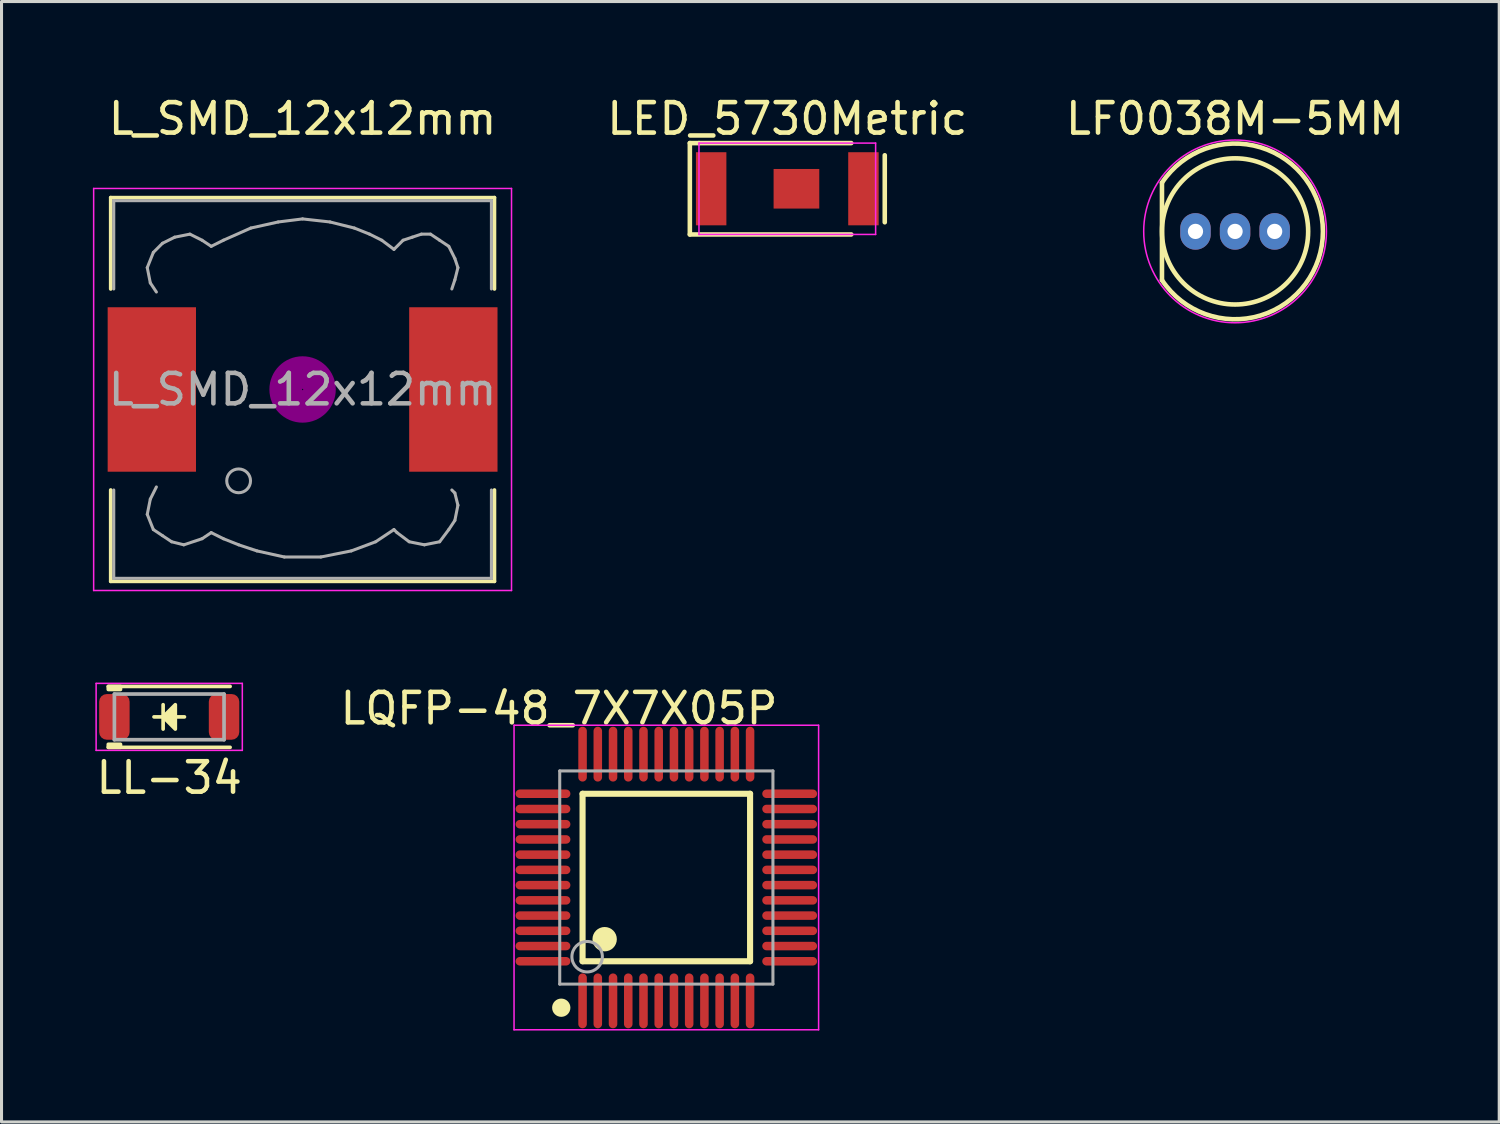
<source format=kicad_pcb>
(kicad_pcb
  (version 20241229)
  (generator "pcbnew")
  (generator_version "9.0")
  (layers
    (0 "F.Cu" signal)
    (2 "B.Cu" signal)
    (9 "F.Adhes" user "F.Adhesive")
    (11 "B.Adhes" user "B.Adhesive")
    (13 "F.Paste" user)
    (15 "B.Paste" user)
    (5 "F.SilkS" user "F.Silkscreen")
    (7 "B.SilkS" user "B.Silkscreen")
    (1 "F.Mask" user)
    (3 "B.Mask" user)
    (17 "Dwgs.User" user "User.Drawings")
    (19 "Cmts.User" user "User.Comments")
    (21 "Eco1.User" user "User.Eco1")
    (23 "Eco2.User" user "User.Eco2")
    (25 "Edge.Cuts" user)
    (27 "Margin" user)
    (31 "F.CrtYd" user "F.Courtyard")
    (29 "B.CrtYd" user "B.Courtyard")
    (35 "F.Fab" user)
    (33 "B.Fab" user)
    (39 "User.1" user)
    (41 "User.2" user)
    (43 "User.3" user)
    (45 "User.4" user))
  (footprint "L_SMD_12x12mm"
    (layer "F.Cu")
    (at 6.885 9.738)
    (property "Reference" "L_SMD_12x12mm" (at 0 -8.89 0) (layer "F.SilkS") (effects (font (size 1 1) (thickness 0.15))))
    (attr smd)
    (fp_line (start -6.3 -6.3) (end 6.3 -6.3) (stroke (width 0.12) (type solid)) (layer "F.SilkS"))
    (fp_line (start -6.3 -3.3) (end -6.3 -6.3) (stroke (width 0.12) (type solid)) (layer "F.SilkS"))
    (fp_line (start -6.3 6.3) (end -6.3 3.3) (stroke (width 0.12) (type solid)) (layer "F.SilkS"))
    (fp_line (start 6.3 -6.3) (end 6.3 -3.3) (stroke (width 0.12) (type solid)) (layer "F.SilkS"))
    (fp_line (start 6.3 3.3) (end 6.3 6.3) (stroke (width 0.12) (type solid)) (layer "F.SilkS"))
    (fp_line (start 6.3 6.3) (end -6.3 6.3) (stroke (width 0.12) (type solid)) (layer "F.SilkS"))
    (fp_circle (center 0 0) (end 0.15 0.15) (stroke (width 0.38) (type solid)) (fill no) (layer "F.Adhes"))
    (fp_circle (center 0 0) (end 0.55 0) (stroke (width 0.38) (type solid)) (fill no) (layer "F.Adhes"))
    (fp_circle (center 0 0) (end 0.9 0) (stroke (width 0.38) (type solid)) (fill no) (layer "F.Adhes"))
    (fp_line (start -6.86 -6.6) (end 6.86 -6.6) (stroke (width 0.05) (type solid)) (layer "F.CrtYd"))
    (fp_line (start -6.86 6.6) (end -6.86 -6.6) (stroke (width 0.05) (type solid)) (layer "F.CrtYd"))
    (fp_line (start 6.86 -6.6) (end 6.86 6.6) (stroke (width 0.05) (type solid)) (layer "F.CrtYd"))
    (fp_line (start 6.86 6.6) (end -6.86 6.6) (stroke (width 0.05) (type solid)) (layer "F.CrtYd"))
    (fp_line (start -6.2 -6.2) (end -6.2 -3.3) (stroke (width 0.1) (type solid)) (layer "F.Fab"))
    (fp_line (start -6.2 3.3) (end -6.2 6.2) (stroke (width 0.1) (type solid)) (layer "F.Fab"))
    (fp_line (start -6.2 6.2) (end 6.2 6.2) (stroke (width 0.1) (type solid)) (layer "F.Fab"))
    (fp_line (start -5.1 -4) (end -5 -3.5) (stroke (width 0.1) (type solid)) (layer "F.Fab"))
    (fp_line (start -5.1 4.1) (end -5 3.6) (stroke (width 0.1) (type solid)) (layer "F.Fab"))
    (fp_line (start -5 -3.5) (end -4.8 -3.2) (stroke (width 0.1) (type solid)) (layer "F.Fab"))
    (fp_line (start -5 3.6) (end -4.8 3.2) (stroke (width 0.1) (type solid)) (layer "F.Fab"))
    (fp_line (start -4.9 -4.5) (end -5.1 -4) (stroke (width 0.1) (type solid)) (layer "F.Fab"))
    (fp_line (start -4.9 4.6) (end -5.1 4.1) (stroke (width 0.1) (type solid)) (layer "F.Fab"))
    (fp_line (start -4.6 -4.8) (end -4.9 -4.5) (stroke (width 0.1) (type solid)) (layer "F.Fab"))
    (fp_line (start -4.6 4.8) (end -4.9 4.6) (stroke (width 0.1) (type solid)) (layer "F.Fab"))
    (fp_line (start -4.3 5) (end -4.6 4.8) (stroke (width 0.1) (type solid)) (layer "F.Fab"))
    (fp_line (start -4.2 -5) (end -4.6 -4.8) (stroke (width 0.1) (type solid)) (layer "F.Fab"))
    (fp_line (start -3.9 5.1) (end -4.3 5) (stroke (width 0.1) (type solid)) (layer "F.Fab"))
    (fp_line (start -3.7 -5.1) (end -4.2 -5) (stroke (width 0.1) (type solid)) (layer "F.Fab"))
    (fp_line (start -3.3 -4.9) (end -3.7 -5.1) (stroke (width 0.1) (type solid)) (layer "F.Fab"))
    (fp_line (start -3.3 4.9) (end -3.9 5.1) (stroke (width 0.1) (type solid)) (layer "F.Fab"))
    (fp_line (start -3 -4.7) (end -3.3 -4.9) (stroke (width 0.1) (type solid)) (layer "F.Fab"))
    (fp_line (start -3 4.7) (end -3.3 4.9) (stroke (width 0.1) (type solid)) (layer "F.Fab"))
    (fp_line (start -2.6 -4.9) (end -3 -4.7) (stroke (width 0.1) (type solid)) (layer "F.Fab"))
    (fp_line (start -2.6 4.9) (end -3 4.7) (stroke (width 0.1) (type solid)) (layer "F.Fab"))
    (fp_line (start -2.1 5.1) (end -2.6 4.9) (stroke (width 0.1) (type solid)) (layer "F.Fab"))
    (fp_line (start -1.7 -5.3) (end -2.6 -4.9) (stroke (width 0.1) (type solid)) (layer "F.Fab"))
    (fp_line (start -1.5 5.3) (end -2.1 5.1) (stroke (width 0.1) (type solid)) (layer "F.Fab"))
    (fp_line (start -0.8 -5.5) (end -1.7 -5.3) (stroke (width 0.1) (type solid)) (layer "F.Fab"))
    (fp_line (start -0.6 5.5) (end -1.5 5.3) (stroke (width 0.1) (type solid)) (layer "F.Fab"))
    (fp_line (start 0 -5.6) (end -0.8 -5.5) (stroke (width 0.1) (type solid)) (layer "F.Fab"))
    (fp_line (start 0.6 5.5) (end -0.6 5.5) (stroke (width 0.1) (type solid)) (layer "F.Fab"))
    (fp_line (start 0.9 -5.5) (end 0 -5.6) (stroke (width 0.1) (type solid)) (layer "F.Fab"))
    (fp_line (start 1.6 5.3) (end 0.6 5.5) (stroke (width 0.1) (type solid)) (layer "F.Fab"))
    (fp_line (start 1.7 -5.3) (end 0.9 -5.5) (stroke (width 0.1) (type solid)) (layer "F.Fab"))
    (fp_line (start 2.2 -5.1) (end 1.7 -5.3) (stroke (width 0.1) (type solid)) (layer "F.Fab"))
    (fp_line (start 2.4 5) (end 1.6 5.3) (stroke (width 0.1) (type solid)) (layer "F.Fab"))
    (fp_line (start 2.6 -4.9) (end 2.2 -5.1) (stroke (width 0.1) (type solid)) (layer "F.Fab"))
    (fp_line (start 3 -4.6) (end 2.6 -4.9) (stroke (width 0.1) (type solid)) (layer "F.Fab"))
    (fp_line (start 3 4.6) (end 2.4 5) (stroke (width 0.1) (type solid)) (layer "F.Fab"))
    (fp_line (start 3.1 4.7) (end 3 4.6) (stroke (width 0.1) (type solid)) (layer "F.Fab"))
    (fp_line (start 3.3 -4.9) (end 3 -4.6) (stroke (width 0.1) (type solid)) (layer "F.Fab"))
    (fp_line (start 3.5 5) (end 3.1 4.7) (stroke (width 0.1) (type solid)) (layer "F.Fab"))
    (fp_line (start 3.6 -5) (end 3.3 -4.9) (stroke (width 0.1) (type solid)) (layer "F.Fab"))
    (fp_line (start 3.9 -5.1) (end 3.6 -5) (stroke (width 0.1) (type solid)) (layer "F.Fab"))
    (fp_line (start 4 5.1) (end 3.5 5) (stroke (width 0.1) (type solid)) (layer "F.Fab"))
    (fp_line (start 4.2 -5.1) (end 3.9 -5.1) (stroke (width 0.1) (type solid)) (layer "F.Fab"))
    (fp_line (start 4.5 -4.9) (end 4.2 -5.1) (stroke (width 0.1) (type solid)) (layer "F.Fab"))
    (fp_line (start 4.5 5) (end 4 5.1) (stroke (width 0.1) (type solid)) (layer "F.Fab"))
    (fp_line (start 4.8 -4.7) (end 4.5 -4.9) (stroke (width 0.1) (type solid)) (layer "F.Fab"))
    (fp_line (start 4.8 4.6) (end 4.5 5) (stroke (width 0.1) (type solid)) (layer "F.Fab"))
    (fp_line (start 4.9 -3.3) (end 5 -3.6) (stroke (width 0.1) (type solid)) (layer "F.Fab"))
    (fp_line (start 4.9 3.3) (end 5 3.4) (stroke (width 0.1) (type solid)) (layer "F.Fab"))
    (fp_line (start 5 -4.3) (end 4.8 -4.7) (stroke (width 0.1) (type solid)) (layer "F.Fab"))
    (fp_line (start 5 -3.6) (end 5.1 -4) (stroke (width 0.1) (type solid)) (layer "F.Fab"))
    (fp_line (start 5 3.4) (end 5.1 3.8) (stroke (width 0.1) (type solid)) (layer "F.Fab"))
    (fp_line (start 5 4.3) (end 4.8 4.6) (stroke (width 0.1) (type solid)) (layer "F.Fab"))
    (fp_line (start 5.1 -4) (end 5 -4.3) (stroke (width 0.1) (type solid)) (layer "F.Fab"))
    (fp_line (start 5.1 3.8) (end 5 4.3) (stroke (width 0.1) (type solid)) (layer "F.Fab"))
    (fp_line (start 6.2 -6.2) (end -6.2 -6.2) (stroke (width 0.1) (type solid)) (layer "F.Fab"))
    (fp_line (start 6.2 -6.2) (end 6.2 -3.3) (stroke (width 0.1) (type solid)) (layer "F.Fab"))
    (fp_line (start 6.2 6.2) (end 6.2 3.3) (stroke (width 0.1) (type solid)) (layer "F.Fab"))
    (fp_circle (center -2.1 3) (end -1.8 3.25) (stroke (width 0.1) (type solid)) (fill no) (layer "F.Fab"))
    (fp_text user "${REFERENCE}" (at 0 0 0) (layer "F.Fab") (effects (font (size 1 1) (thickness 0.15))))
    (pad "1" smd rect (at -4.95 0) (size 2.9 5.4) (layers "F.Cu" "F.Mask" "F.Paste"))
    (pad "2" smd rect (at 4.95 0) (size 2.9 5.4) (layers "F.Cu" "F.Mask" "F.Paste")))
  (footprint "LQFP-48_7X7X05P"
    (layer "F.Cu")
    (at 18.828 25.762)
    (property "Reference" "LQFP-48_7X7X05P" (at -3.524 -5.55 0) (layer "F.SilkS") (effects (font (size 1 1) (thickness 0.15))))
    (attr through_hole)
    (fp_line (start -2.75 -2.75) (end 2.75 -2.75) (stroke (width 0.2) (type solid)) (layer "F.SilkS"))
    (fp_line (start -2.75 2.75) (end -2.75 -2.75) (stroke (width 0.2) (type solid)) (layer "F.SilkS"))
    (fp_line (start -2.75 2.75) (end 2.75 2.75) (stroke (width 0.2) (type solid)) (layer "F.SilkS"))
    (fp_line (start 2.75 2.75) (end 2.75 -2.75) (stroke (width 0.2) (type solid)) (layer "F.SilkS"))
    (fp_circle (center -3.45 4.275) (end -3.3 4.275) (stroke (width 0.3) (type solid)) (fill no) (layer "F.SilkS"))
    (fp_circle (center -2.025 2.025) (end -1.825 2.025) (stroke (width 0.4) (type solid)) (fill no) (layer "F.SilkS"))
    (fp_line (start -5 -5) (end 5 -5) (stroke (width 0.05) (type solid)) (layer "F.CrtYd"))
    (fp_line (start -5 5) (end -5 -5) (stroke (width 0.05) (type solid)) (layer "F.CrtYd"))
    (fp_line (start 5 -5) (end 5 5) (stroke (width 0.05) (type solid)) (layer "F.CrtYd"))
    (fp_line (start 5 5) (end -5 5) (stroke (width 0.05) (type solid)) (layer "F.CrtYd"))
    (fp_line (start -3.5 -3.5) (end 3.5 -3.5) (stroke (width 0.1) (type solid)) (layer "F.Fab"))
    (fp_line (start -3.5 3.5) (end -3.5 -3.5) (stroke (width 0.1) (type solid)) (layer "F.Fab"))
    (fp_line (start -3.5 3.5) (end 3.5 3.5) (stroke (width 0.1) (type solid)) (layer "F.Fab"))
    (fp_line (start 3.5 3.5) (end 3.5 -3.5) (stroke (width 0.1) (type solid)) (layer "F.Fab"))
    (fp_circle (center -2.6 2.6) (end -2.1 2.6) (stroke (width 0.1) (type solid)) (fill no) (layer "F.Fab"))
    (pad "1" smd oval (at -2.75 4.05 180) (size 0.28 1.8) (layers "F.Cu" "F.Mask" "F.Paste"))
    (pad "2" smd oval (at -2.25 4.05 180) (size 0.28 1.8) (layers "F.Cu" "F.Mask" "F.Paste"))
    (pad "3" smd oval (at -1.75 4.05 180) (size 0.28 1.8) (layers "F.Cu" "F.Mask" "F.Paste"))
    (pad "4" smd oval (at -1.25 4.05 180) (size 0.28 1.8) (layers "F.Cu" "F.Mask" "F.Paste"))
    (pad "5" smd oval (at -0.75 4.05 180) (size 0.28 1.8) (layers "F.Cu" "F.Mask" "F.Paste"))
    (pad "6" smd oval (at -0.25 4.05 180) (size 0.28 1.8) (layers "F.Cu" "F.Mask" "F.Paste"))
    (pad "7" smd oval (at 0.25 4.05 180) (size 0.28 1.8) (layers "F.Cu" "F.Mask" "F.Paste"))
    (pad "8" smd oval (at 0.75 4.05 180) (size 0.28 1.8) (layers "F.Cu" "F.Mask" "F.Paste"))
    (pad "9" smd oval (at 1.25 4.05 180) (size 0.28 1.8) (layers "F.Cu" "F.Mask" "F.Paste"))
    (pad "10" smd oval (at 1.75 4.05 180) (size 0.28 1.8) (layers "F.Cu" "F.Mask" "F.Paste"))
    (pad "11" smd oval (at 2.25 4.05 180) (size 0.28 1.8) (layers "F.Cu" "F.Mask" "F.Paste"))
    (pad "12" smd oval (at 2.75 4.05 180) (size 0.28 1.8) (layers "F.Cu" "F.Mask" "F.Paste"))
    (pad "13" smd oval (at 4.05 2.75 90) (size 0.28 1.8) (layers "F.Cu" "F.Mask" "F.Paste"))
    (pad "14" smd oval (at 4.05 2.25 90) (size 0.28 1.8) (layers "F.Cu" "F.Mask" "F.Paste"))
    (pad "15" smd oval (at 4.05 1.75 90) (size 0.28 1.8) (layers "F.Cu" "F.Mask" "F.Paste"))
    (pad "16" smd oval (at 4.05 1.25 90) (size 0.28 1.8) (layers "F.Cu" "F.Mask" "F.Paste"))
    (pad "17" smd oval (at 4.05 0.75 90) (size 0.28 1.8) (layers "F.Cu" "F.Mask" "F.Paste"))
    (pad "18" smd oval (at 4.05 0.25 90) (size 0.28 1.8) (layers "F.Cu" "F.Mask" "F.Paste"))
    (pad "19" smd oval (at 4.05 -0.25 90) (size 0.28 1.8) (layers "F.Cu" "F.Mask" "F.Paste"))
    (pad "20" smd oval (at 4.05 -0.75 90) (size 0.28 1.8) (layers "F.Cu" "F.Mask" "F.Paste"))
    (pad "21" smd oval (at 4.05 -1.25 90) (size 0.28 1.8) (layers "F.Cu" "F.Mask" "F.Paste"))
    (pad "22" smd oval (at 4.05 -1.75 90) (size 0.28 1.8) (layers "F.Cu" "F.Mask" "F.Paste"))
    (pad "23" smd oval (at 4.05 -2.25 90) (size 0.28 1.8) (layers "F.Cu" "F.Mask" "F.Paste"))
    (pad "24" smd oval (at 4.05 -2.75 90) (size 0.28 1.8) (layers "F.Cu" "F.Mask" "F.Paste"))
    (pad "25" smd oval (at 2.75 -4.05 180) (size 0.28 1.8) (layers "F.Cu" "F.Mask" "F.Paste"))
    (pad "26" smd oval (at 2.25 -4.05 180) (size 0.28 1.8) (layers "F.Cu" "F.Mask" "F.Paste"))
    (pad "27" smd oval (at 1.75 -4.05 180) (size 0.28 1.8) (layers "F.Cu" "F.Mask" "F.Paste"))
    (pad "28" smd oval (at 1.25 -4.05 180) (size 0.28 1.8) (layers "F.Cu" "F.Mask" "F.Paste"))
    (pad "29" smd oval (at 0.75 -4.05 180) (size 0.28 1.8) (layers "F.Cu" "F.Mask" "F.Paste"))
    (pad "30" smd oval (at 0.25 -4.05 180) (size 0.28 1.8) (layers "F.Cu" "F.Mask" "F.Paste"))
    (pad "31" smd oval (at -0.25 -4.05 180) (size 0.28 1.8) (layers "F.Cu" "F.Mask" "F.Paste"))
    (pad "32" smd oval (at -0.75 -4.05 180) (size 0.28 1.8) (layers "F.Cu" "F.Mask" "F.Paste"))
    (pad "33" smd oval (at -1.25 -4.05 180) (size 0.28 1.8) (layers "F.Cu" "F.Mask" "F.Paste"))
    (pad "34" smd oval (at -1.75 -4.05 180) (size 0.28 1.8) (layers "F.Cu" "F.Mask" "F.Paste"))
    (pad "35" smd oval (at -2.25 -4.05 180) (size 0.28 1.8) (layers "F.Cu" "F.Mask" "F.Paste"))
    (pad "36" smd oval (at -2.75 -4.05 180) (size 0.28 1.8) (layers "F.Cu" "F.Mask" "F.Paste"))
    (pad "37" smd oval (at -4.05 -2.75 90) (size 0.28 1.8) (layers "F.Cu" "F.Mask" "F.Paste"))
    (pad "38" smd oval (at -4.05 -2.25 90) (size 0.28 1.8) (layers "F.Cu" "F.Mask" "F.Paste"))
    (pad "39" smd oval (at -4.05 -1.75 90) (size 0.28 1.8) (layers "F.Cu" "F.Mask" "F.Paste"))
    (pad "40" smd oval (at -4.05 -1.25 90) (size 0.28 1.8) (layers "F.Cu" "F.Mask" "F.Paste"))
    (pad "41" smd oval (at -4.05 -0.75 90) (size 0.28 1.8) (layers "F.Cu" "F.Mask" "F.Paste"))
    (pad "42" smd oval (at -4.05 -0.25 90) (size 0.28 1.8) (layers "F.Cu" "F.Mask" "F.Paste"))
    (pad "43" smd oval (at -4.05 0.25 90) (size 0.28 1.8) (layers "F.Cu" "F.Mask" "F.Paste"))
    (pad "44" smd oval (at -4.05 0.75 90) (size 0.28 1.8) (layers "F.Cu" "F.Mask" "F.Paste"))
    (pad "45" smd oval (at -4.05 1.25 90) (size 0.28 1.8) (layers "F.Cu" "F.Mask" "F.Paste"))
    (pad "46" smd oval (at -4.05 1.75 90) (size 0.28 1.8) (layers "F.Cu" "F.Mask" "F.Paste"))
    (pad "47" smd oval (at -4.05 2.25 90) (size 0.28 1.8) (layers "F.Cu" "F.Mask" "F.Paste"))
    (pad "48" smd oval (at -4.05 2.75 90) (size 0.28 1.8) (layers "F.Cu" "F.Mask" "F.Paste")))
  (footprint "LED_5730Metric"
    (layer "F.Cu")
    (at 22.8 3.148)
    (property "Reference" "LED_5730Metric" (at 0 -2.3 0) (layer "F.SilkS") (effects (font (size 1 1) (thickness 0.15))))
    (attr through_hole)
    (fp_line (start -3.2 -1.5) (end -3.2 1.5) (stroke (width 0.15) (type solid)) (layer "F.SilkS"))
    (fp_line (start -3.2 1.5) (end 2.1 1.5) (stroke (width 0.15) (type solid)) (layer "F.SilkS"))
    (fp_line (start -2.9 -1.5) (end -3.2 -1.5) (stroke (width 0.15) (type solid)) (layer "F.SilkS"))
    (fp_line (start -2.9 -1.5) (end 2.1 -1.5) (stroke (width 0.15) (type solid)) (layer "F.SilkS"))
    (fp_line (start 3.2 -1.1) (end 3.2 1.1) (stroke (width 0.15) (type solid)) (layer "F.SilkS"))
    (fp_line (start -2.9 -1.5) (end 2.9 -1.5) (stroke (width 0.05) (type solid)) (layer "F.CrtYd"))
    (fp_line (start -2.9 1.5) (end -2.9 -1.5) (stroke (width 0.05) (type solid)) (layer "F.CrtYd"))
    (fp_line (start 2.9 -1.5) (end 2.9 1.5) (stroke (width 0.05) (type solid)) (layer "F.CrtYd"))
    (fp_line (start 2.9 1.5) (end -2.9 1.5) (stroke (width 0.05) (type solid)) (layer "F.CrtYd"))
    (pad "0" smd rect (at 0.3 0) (size 1.5 1.3) (layers "F.Cu" "F.Mask" "F.Paste"))
    (pad "1" smd rect (at -2.5 0) (size 1 2.4) (layers "F.Cu" "F.Mask" "F.Paste"))
    (pad "2" smd rect (at 2.5 0) (size 1 2.4) (layers "F.Cu" "F.Mask" "F.Paste")))
  (footprint "LL-34"
    (layer "F.Cu")
    (at 2.506 20.488)
    (property "Reference" "LL-34" (at 0 2 0) (layer "F.SilkS") (effects (font (size 1 1) (thickness 0.15))))
    (attr through_hole)
    (fp_line (start -2 -1) (end 2 -1) (stroke (width 0.12) (type solid)) (layer "F.SilkS"))
    (fp_line (start -2 1) (end 2 1) (stroke (width 0.12) (type solid)) (layer "F.SilkS"))
    (fp_line (start -0.5 0) (end 0.5 0) (stroke (width 0.12) (type solid)) (layer "F.SilkS"))
    (fp_line (start -0.2 -0.4) (end -0.2 0.4) (stroke (width 0.12) (type solid)) (layer "F.SilkS"))
    (fp_poly (pts (xy -0.2 0) (xy 0.2 -0.4) (xy 0.2 0.4)) (stroke (width 0.12) (type solid)) (fill yes) (layer "F.SilkS"))
    (fp_poly (pts (xy -2 -1) (xy -1.6 -1) (xy -1.6 -0.9) (xy -2 -0.9)) (stroke (width 0.12) (type solid)) (fill yes) (layer "F.SilkS"))
    (fp_poly (pts (xy -2 1) (xy -2 0.9) (xy -1.6 0.9) (xy -1.6 1)) (stroke (width 0.12) (type solid)) (fill yes) (layer "F.SilkS"))
    (fp_line (start -2.4 -1.1) (end 2.4 -1.1) (stroke (width 0.05) (type solid)) (layer "F.CrtYd"))
    (fp_line (start -2.4 1.1) (end -2.4 -1.1) (stroke (width 0.05) (type solid)) (layer "F.CrtYd"))
    (fp_line (start 2.4 -1.1) (end 2.4 1.1) (stroke (width 0.05) (type solid)) (layer "F.CrtYd"))
    (fp_line (start 2.4 1.1) (end -2.4 1.1) (stroke (width 0.05) (type solid)) (layer "F.CrtYd"))
    (fp_line (start -1.8 -0.75) (end 1.8 -0.75) (stroke (width 0.12) (type solid)) (layer "F.Fab"))
    (fp_line (start -1.8 0.75) (end -1.8 -0.75) (stroke (width 0.12) (type solid)) (layer "F.Fab"))
    (fp_line (start -1.8 0.75) (end 1.8 0.75) (stroke (width 0.12) (type solid)) (layer "F.Fab"))
    (fp_line (start 1.8 0.75) (end 1.8 -0.75) (stroke (width 0.12) (type solid)) (layer "F.Fab"))
    (pad "1" smd roundrect (at -1.8 0) (size 1 1.5) (layers "F.Cu" "F.Mask" "F.Paste") (roundrect_rratio 0.25))
    (pad "2" smd roundrect (at 1.8 0 180) (size 1 1.5) (layers "F.Cu" "F.Mask" "F.Paste") (roundrect_rratio 0.25)))
  (footprint "LF0038M-5MM"
    (layer "F.Cu")
    (at 37.502 4.548)
    (property "Reference" "LF0038M-5MM" (at 0 -3.7 0) (layer "F.SilkS") (effects (font (size 1 1) (thickness 0.15))))
    (attr through_hole)
    (fp_line (start -2.4 1.6) (end -2.4 -1.6) (stroke (width 0.15) (type solid)) (layer "F.SilkS"))
    (fp_arc (start -2.399999 -1.599999) (mid 2.88444 0) (end -2.399999 1.599999) (stroke (width 0.15) (type solid)) (layer "F.SilkS"))
    (fp_circle (center 0 0) (end -2.4 0) (stroke (width 0.15) (type solid)) (fill no) (layer "F.SilkS"))
    (fp_circle (center 0 0) (end 3 0) (stroke (width 0.05) (type solid)) (fill no) (layer "F.CrtYd"))
    (pad "1" thru_hole oval (at -1.3 0) (size 1 1.2) (drill 0.5) (layers "*.Cu" "*.Mask"))
    (pad "2" thru_hole oval (at 0 0 180) (size 1 1.2) (drill 0.5) (layers "*.Cu" "*.Mask"))
    (pad "3" thru_hole oval (at 1.3 0 180) (size 1 1.2) (drill 0.5) (layers "*.Cu" "*.Mask")))
  (gr_rect
    (start -3 -3)
    (end 46.175 33.787)
    (stroke (width 0.1) (type default))
    (fill no)
    (layer "Edge.Cuts")))
</source>
